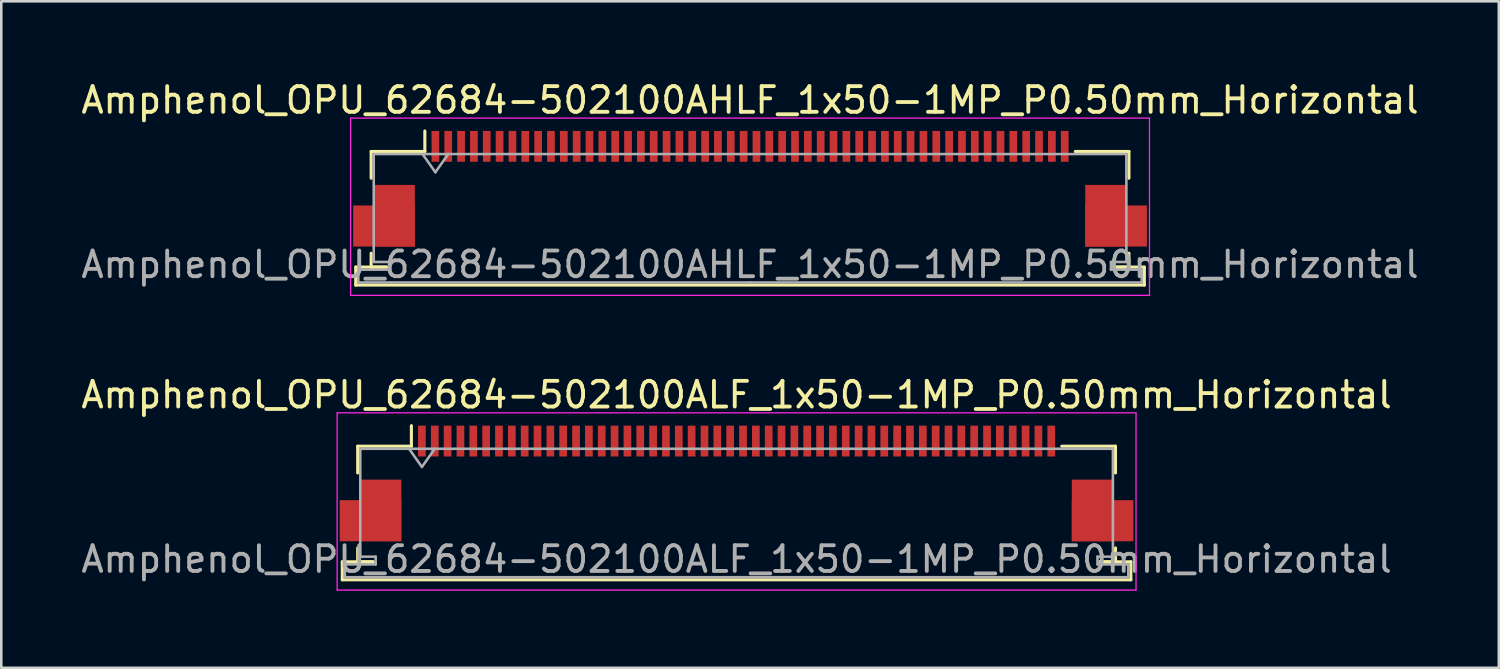
<source format=kicad_pcb>
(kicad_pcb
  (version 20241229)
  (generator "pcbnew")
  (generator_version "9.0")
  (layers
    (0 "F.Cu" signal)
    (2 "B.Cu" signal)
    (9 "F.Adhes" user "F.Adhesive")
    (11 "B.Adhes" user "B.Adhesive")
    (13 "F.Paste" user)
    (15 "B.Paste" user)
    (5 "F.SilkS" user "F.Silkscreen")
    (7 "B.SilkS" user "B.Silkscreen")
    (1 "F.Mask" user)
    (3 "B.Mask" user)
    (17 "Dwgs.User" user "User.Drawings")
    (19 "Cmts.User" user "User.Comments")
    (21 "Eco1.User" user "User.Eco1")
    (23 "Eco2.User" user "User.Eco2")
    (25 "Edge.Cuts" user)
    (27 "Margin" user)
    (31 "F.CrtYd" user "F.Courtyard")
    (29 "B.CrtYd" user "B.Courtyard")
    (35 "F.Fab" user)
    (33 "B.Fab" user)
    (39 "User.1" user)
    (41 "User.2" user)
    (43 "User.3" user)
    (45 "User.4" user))
  (footprint "Amphenol_OPU_62684-502100AHLF_1x50-1MP_P0.50mm_Horizontal"
    (layer "F.Cu")
    (at 26.149 4.298)
    (property "Reference" "Amphenol_OPU_62684-502100AHLF_1x50-1MP_P0.50mm_Horizontal" (at 0 -3.45 0) (layer "F.SilkS") (effects (font (size 1 1) (thickness 0.15))))
    (attr smd)
    (fp_line (start -15.35 3.05) (end -15.35 3.75) (stroke (width 0.12) (type solid)) (layer "F.SilkS"))
    (fp_line (start -15.35 3.75) (end 15.35 3.75) (stroke (width 0.12) (type solid)) (layer "F.SilkS"))
    (fp_line (start -14.75 -1.45) (end -14.75 -0.41) (stroke (width 0.12) (type solid)) (layer "F.SilkS"))
    (fp_line (start -14.75 2.51) (end -14.75 3.05) (stroke (width 0.12) (type solid)) (layer "F.SilkS"))
    (fp_line (start -14.75 3.05) (end -14.15 3.05) (stroke (width 0.12) (type solid)) (layer "F.SilkS"))
    (fp_line (start -14.15 3.05) (end -15.35 3.05) (stroke (width 0.12) (type solid)) (layer "F.SilkS"))
    (fp_line (start -12.66 -1.45) (end -14.75 -1.45) (stroke (width 0.12) (type solid)) (layer "F.SilkS"))
    (fp_line (start -12.66 -1.45) (end -12.66 -2.25) (stroke (width 0.12) (type solid)) (layer "F.SilkS"))
    (fp_line (start 12.66 -1.45) (end 14.75 -1.45) (stroke (width 0.12) (type solid)) (layer "F.SilkS"))
    (fp_line (start 14.15 3.05) (end 14.75 3.05) (stroke (width 0.12) (type solid)) (layer "F.SilkS"))
    (fp_line (start 14.75 -1.45) (end 14.75 -0.41) (stroke (width 0.12) (type solid)) (layer "F.SilkS"))
    (fp_line (start 14.75 3.05) (end 14.75 2.51) (stroke (width 0.12) (type solid)) (layer "F.SilkS"))
    (fp_line (start 15.35 3.05) (end 14.15 3.05) (stroke (width 0.12) (type solid)) (layer "F.SilkS"))
    (fp_line (start 15.35 3.75) (end 15.35 3.05) (stroke (width 0.12) (type solid)) (layer "F.SilkS"))
    (fp_line (start -15.55 -2.75) (end -15.55 4.15) (stroke (width 0.05) (type solid)) (layer "F.CrtYd"))
    (fp_line (start -15.55 4.15) (end 15.55 4.15) (stroke (width 0.05) (type solid)) (layer "F.CrtYd"))
    (fp_line (start 15.55 -2.75) (end -15.55 -2.75) (stroke (width 0.05) (type solid)) (layer "F.CrtYd"))
    (fp_line (start 15.55 4.15) (end 15.55 -2.75) (stroke (width 0.05) (type solid)) (layer "F.CrtYd"))
    (fp_line (start -15.25 3.15) (end -15.25 3.65) (stroke (width 0.1) (type solid)) (layer "F.Fab"))
    (fp_line (start -15.25 3.65) (end 0 3.65) (stroke (width 0.1) (type solid)) (layer "F.Fab"))
    (fp_line (start -14.65 -1.35) (end -14.65 2.85) (stroke (width 0.1) (type solid)) (layer "F.Fab"))
    (fp_line (start -14.65 2.85) (end -14.05 2.85) (stroke (width 0.1) (type solid)) (layer "F.Fab"))
    (fp_line (start -14.05 2.85) (end -14.05 3.15) (stroke (width 0.1) (type solid)) (layer "F.Fab"))
    (fp_line (start -14.05 3.15) (end -15.25 3.15) (stroke (width 0.1) (type solid)) (layer "F.Fab"))
    (fp_line (start -12.75 -1.35) (end -12.25 -0.643) (stroke (width 0.1) (type solid)) (layer "F.Fab"))
    (fp_line (start -12.25 -0.643) (end -11.75 -1.35) (stroke (width 0.1) (type solid)) (layer "F.Fab"))
    (fp_line (start 0 -1.35) (end -14.65 -1.35) (stroke (width 0.1) (type solid)) (layer "F.Fab"))
    (fp_line (start 0 -1.35) (end 14.65 -1.35) (stroke (width 0.1) (type solid)) (layer "F.Fab"))
    (fp_line (start 14.05 2.85) (end 14.05 3.15) (stroke (width 0.1) (type solid)) (layer "F.Fab"))
    (fp_line (start 14.05 3.15) (end 15.25 3.15) (stroke (width 0.1) (type solid)) (layer "F.Fab"))
    (fp_line (start 14.65 -1.35) (end 14.65 2.85) (stroke (width 0.1) (type solid)) (layer "F.Fab"))
    (fp_line (start 14.65 2.85) (end 14.05 2.85) (stroke (width 0.1) (type solid)) (layer "F.Fab"))
    (fp_line (start 15.25 3.15) (end 15.25 3.65) (stroke (width 0.1) (type solid)) (layer "F.Fab"))
    (fp_line (start 15.25 3.65) (end 0 3.65) (stroke (width 0.1) (type solid)) (layer "F.Fab"))
    (fp_text user "${REFERENCE}" (at 0 2.95 0) (layer "F.Fab") (effects (font (size 1 1) (thickness 0.15))))
    (pad "1" smd rect (at -12.25 -1.65) (size 0.3 1.2) (layers "F.Cu" "F.Mask" "F.Paste"))
    (pad "2" smd rect (at -11.75 -1.65) (size 0.3 1.2) (layers "F.Cu" "F.Mask" "F.Paste"))
    (pad "3" smd rect (at -11.25 -1.65) (size 0.3 1.2) (layers "F.Cu" "F.Mask" "F.Paste"))
    (pad "4" smd rect (at -10.75 -1.65) (size 0.3 1.2) (layers "F.Cu" "F.Mask" "F.Paste"))
    (pad "5" smd rect (at -10.25 -1.65) (size 0.3 1.2) (layers "F.Cu" "F.Mask" "F.Paste"))
    (pad "6" smd rect (at -9.75 -1.65) (size 0.3 1.2) (layers "F.Cu" "F.Mask" "F.Paste"))
    (pad "7" smd rect (at -9.25 -1.65) (size 0.3 1.2) (layers "F.Cu" "F.Mask" "F.Paste"))
    (pad "8" smd rect (at -8.75 -1.65) (size 0.3 1.2) (layers "F.Cu" "F.Mask" "F.Paste"))
    (pad "9" smd rect (at -8.25 -1.65) (size 0.3 1.2) (layers "F.Cu" "F.Mask" "F.Paste"))
    (pad "10" smd rect (at -7.75 -1.65) (size 0.3 1.2) (layers "F.Cu" "F.Mask" "F.Paste"))
    (pad "11" smd rect (at -7.25 -1.65) (size 0.3 1.2) (layers "F.Cu" "F.Mask" "F.Paste"))
    (pad "12" smd rect (at -6.75 -1.65) (size 0.3 1.2) (layers "F.Cu" "F.Mask" "F.Paste"))
    (pad "13" smd rect (at -6.25 -1.65) (size 0.3 1.2) (layers "F.Cu" "F.Mask" "F.Paste"))
    (pad "14" smd rect (at -5.75 -1.65) (size 0.3 1.2) (layers "F.Cu" "F.Mask" "F.Paste"))
    (pad "15" smd rect (at -5.25 -1.65) (size 0.3 1.2) (layers "F.Cu" "F.Mask" "F.Paste"))
    (pad "16" smd rect (at -4.75 -1.65) (size 0.3 1.2) (layers "F.Cu" "F.Mask" "F.Paste"))
    (pad "17" smd rect (at -4.25 -1.65) (size 0.3 1.2) (layers "F.Cu" "F.Mask" "F.Paste"))
    (pad "18" smd rect (at -3.75 -1.65) (size 0.3 1.2) (layers "F.Cu" "F.Mask" "F.Paste"))
    (pad "19" smd rect (at -3.25 -1.65) (size 0.3 1.2) (layers "F.Cu" "F.Mask" "F.Paste"))
    (pad "20" smd rect (at -2.75 -1.65) (size 0.3 1.2) (layers "F.Cu" "F.Mask" "F.Paste"))
    (pad "21" smd rect (at -2.25 -1.65) (size 0.3 1.2) (layers "F.Cu" "F.Mask" "F.Paste"))
    (pad "22" smd rect (at -1.75 -1.65) (size 0.3 1.2) (layers "F.Cu" "F.Mask" "F.Paste"))
    (pad "23" smd rect (at -1.25 -1.65) (size 0.3 1.2) (layers "F.Cu" "F.Mask" "F.Paste"))
    (pad "24" smd rect (at -0.75 -1.65) (size 0.3 1.2) (layers "F.Cu" "F.Mask" "F.Paste"))
    (pad "25" smd rect (at -0.25 -1.65) (size 0.3 1.2) (layers "F.Cu" "F.Mask" "F.Paste"))
    (pad "26" smd rect (at 0.25 -1.65) (size 0.3 1.2) (layers "F.Cu" "F.Mask" "F.Paste"))
    (pad "27" smd rect (at 0.75 -1.65) (size 0.3 1.2) (layers "F.Cu" "F.Mask" "F.Paste"))
    (pad "28" smd rect (at 1.25 -1.65) (size 0.3 1.2) (layers "F.Cu" "F.Mask" "F.Paste"))
    (pad "29" smd rect (at 1.75 -1.65) (size 0.3 1.2) (layers "F.Cu" "F.Mask" "F.Paste"))
    (pad "30" smd rect (at 2.25 -1.65) (size 0.3 1.2) (layers "F.Cu" "F.Mask" "F.Paste"))
    (pad "31" smd rect (at 2.75 -1.65) (size 0.3 1.2) (layers "F.Cu" "F.Mask" "F.Paste"))
    (pad "32" smd rect (at 3.25 -1.65) (size 0.3 1.2) (layers "F.Cu" "F.Mask" "F.Paste"))
    (pad "33" smd rect (at 3.75 -1.65) (size 0.3 1.2) (layers "F.Cu" "F.Mask" "F.Paste"))
    (pad "34" smd rect (at 4.25 -1.65) (size 0.3 1.2) (layers "F.Cu" "F.Mask" "F.Paste"))
    (pad "35" smd rect (at 4.75 -1.65) (size 0.3 1.2) (layers "F.Cu" "F.Mask" "F.Paste"))
    (pad "36" smd rect (at 5.25 -1.65) (size 0.3 1.2) (layers "F.Cu" "F.Mask" "F.Paste"))
    (pad "37" smd rect (at 5.75 -1.65) (size 0.3 1.2) (layers "F.Cu" "F.Mask" "F.Paste"))
    (pad "38" smd rect (at 6.25 -1.65) (size 0.3 1.2) (layers "F.Cu" "F.Mask" "F.Paste"))
    (pad "39" smd rect (at 6.75 -1.65) (size 0.3 1.2) (layers "F.Cu" "F.Mask" "F.Paste"))
    (pad "40" smd rect (at 7.25 -1.65) (size 0.3 1.2) (layers "F.Cu" "F.Mask" "F.Paste"))
    (pad "41" smd rect (at 7.75 -1.65) (size 0.3 1.2) (layers "F.Cu" "F.Mask" "F.Paste"))
    (pad "42" smd rect (at 8.25 -1.65) (size 0.3 1.2) (layers "F.Cu" "F.Mask" "F.Paste"))
    (pad "43" smd rect (at 8.75 -1.65) (size 0.3 1.2) (layers "F.Cu" "F.Mask" "F.Paste"))
    (pad "44" smd rect (at 9.25 -1.65) (size 0.3 1.2) (layers "F.Cu" "F.Mask" "F.Paste"))
    (pad "45" smd rect (at 9.75 -1.65) (size 0.3 1.2) (layers "F.Cu" "F.Mask" "F.Paste"))
    (pad "46" smd rect (at 10.25 -1.65) (size 0.3 1.2) (layers "F.Cu" "F.Mask" "F.Paste"))
    (pad "47" smd rect (at 10.75 -1.65) (size 0.3 1.2) (layers "F.Cu" "F.Mask" "F.Paste"))
    (pad "48" smd rect (at 11.25 -1.65) (size 0.3 1.2) (layers "F.Cu" "F.Mask" "F.Paste"))
    (pad "49" smd rect (at 11.75 -1.65) (size 0.3 1.2) (layers "F.Cu" "F.Mask" "F.Paste"))
    (pad "50" smd rect (at 12.25 -1.65) (size 0.3 1.2) (layers "F.Cu" "F.Mask" "F.Paste"))
    (pad "MP" smd rect (at -14.25 1.45) (size 2.4 1.6) (layers "F.Cu" "F.Mask" "F.Paste"))
    (pad "MP" smd rect (at -13.85 1.05) (size 1.6 2.4) (layers "F.Cu" "F.Mask" "F.Paste"))
    (pad "MP" smd rect (at 13.85 1.05) (size 1.6 2.4) (layers "F.Cu" "F.Mask" "F.Paste"))
    (pad "MP" smd rect (at 14.25 1.45) (size 2.4 1.6) (layers "F.Cu" "F.Mask" "F.Paste")))
  (footprint "Amphenol_OPU_62684-502100ALF_1x50-1MP_P0.50mm_Horizontal"
    (layer "F.Cu")
    (at 25.625 15.771)
    (property "Reference" "Amphenol_OPU_62684-502100ALF_1x50-1MP_P0.50mm_Horizontal" (at 0 -3.45 0) (layer "F.SilkS") (effects (font (size 1 1) (thickness 0.15))))
    (attr smd)
    (fp_line (start -15.35 3.05) (end -15.35 3.75) (stroke (width 0.12) (type solid)) (layer "F.SilkS"))
    (fp_line (start -15.35 3.75) (end 15.35 3.75) (stroke (width 0.12) (type solid)) (layer "F.SilkS"))
    (fp_line (start -14.75 -1.45) (end -14.75 -0.41) (stroke (width 0.12) (type solid)) (layer "F.SilkS"))
    (fp_line (start -14.75 2.51) (end -14.75 3.05) (stroke (width 0.12) (type solid)) (layer "F.SilkS"))
    (fp_line (start -14.75 3.05) (end -14.15 3.05) (stroke (width 0.12) (type solid)) (layer "F.SilkS"))
    (fp_line (start -14.15 3.05) (end -15.35 3.05) (stroke (width 0.12) (type solid)) (layer "F.SilkS"))
    (fp_line (start -12.66 -1.45) (end -14.75 -1.45) (stroke (width 0.12) (type solid)) (layer "F.SilkS"))
    (fp_line (start -12.66 -1.45) (end -12.66 -2.25) (stroke (width 0.12) (type solid)) (layer "F.SilkS"))
    (fp_line (start 12.66 -1.45) (end 14.75 -1.45) (stroke (width 0.12) (type solid)) (layer "F.SilkS"))
    (fp_line (start 14.15 3.05) (end 14.75 3.05) (stroke (width 0.12) (type solid)) (layer "F.SilkS"))
    (fp_line (start 14.75 -1.45) (end 14.75 -0.41) (stroke (width 0.12) (type solid)) (layer "F.SilkS"))
    (fp_line (start 14.75 3.05) (end 14.75 2.51) (stroke (width 0.12) (type solid)) (layer "F.SilkS"))
    (fp_line (start 15.35 3.05) (end 14.15 3.05) (stroke (width 0.12) (type solid)) (layer "F.SilkS"))
    (fp_line (start 15.35 3.75) (end 15.35 3.05) (stroke (width 0.12) (type solid)) (layer "F.SilkS"))
    (fp_line (start -15.55 -2.75) (end -15.55 4.15) (stroke (width 0.05) (type solid)) (layer "F.CrtYd"))
    (fp_line (start -15.55 4.15) (end 15.55 4.15) (stroke (width 0.05) (type solid)) (layer "F.CrtYd"))
    (fp_line (start 15.55 -2.75) (end -15.55 -2.75) (stroke (width 0.05) (type solid)) (layer "F.CrtYd"))
    (fp_line (start 15.55 4.15) (end 15.55 -2.75) (stroke (width 0.05) (type solid)) (layer "F.CrtYd"))
    (fp_line (start -15.25 3.15) (end -15.25 3.65) (stroke (width 0.1) (type solid)) (layer "F.Fab"))
    (fp_line (start -15.25 3.65) (end 0 3.65) (stroke (width 0.1) (type solid)) (layer "F.Fab"))
    (fp_line (start -14.65 -1.35) (end -14.65 2.85) (stroke (width 0.1) (type solid)) (layer "F.Fab"))
    (fp_line (start -14.65 2.85) (end -14.05 2.85) (stroke (width 0.1) (type solid)) (layer "F.Fab"))
    (fp_line (start -14.05 2.85) (end -14.05 3.15) (stroke (width 0.1) (type solid)) (layer "F.Fab"))
    (fp_line (start -14.05 3.15) (end -15.25 3.15) (stroke (width 0.1) (type solid)) (layer "F.Fab"))
    (fp_line (start -12.75 -1.35) (end -12.25 -0.643) (stroke (width 0.1) (type solid)) (layer "F.Fab"))
    (fp_line (start -12.25 -0.643) (end -11.75 -1.35) (stroke (width 0.1) (type solid)) (layer "F.Fab"))
    (fp_line (start 0 -1.35) (end -14.65 -1.35) (stroke (width 0.1) (type solid)) (layer "F.Fab"))
    (fp_line (start 0 -1.35) (end 14.65 -1.35) (stroke (width 0.1) (type solid)) (layer "F.Fab"))
    (fp_line (start 14.05 2.85) (end 14.05 3.15) (stroke (width 0.1) (type solid)) (layer "F.Fab"))
    (fp_line (start 14.05 3.15) (end 15.25 3.15) (stroke (width 0.1) (type solid)) (layer "F.Fab"))
    (fp_line (start 14.65 -1.35) (end 14.65 2.85) (stroke (width 0.1) (type solid)) (layer "F.Fab"))
    (fp_line (start 14.65 2.85) (end 14.05 2.85) (stroke (width 0.1) (type solid)) (layer "F.Fab"))
    (fp_line (start 15.25 3.15) (end 15.25 3.65) (stroke (width 0.1) (type solid)) (layer "F.Fab"))
    (fp_line (start 15.25 3.65) (end 0 3.65) (stroke (width 0.1) (type solid)) (layer "F.Fab"))
    (fp_text user "${REFERENCE}" (at 0 2.95 0) (layer "F.Fab") (effects (font (size 1 1) (thickness 0.15))))
    (pad "1" smd rect (at -12.25 -1.65) (size 0.3 1.2) (layers "F.Cu" "F.Mask" "F.Paste"))
    (pad "2" smd rect (at -11.75 -1.65) (size 0.3 1.2) (layers "F.Cu" "F.Mask" "F.Paste"))
    (pad "3" smd rect (at -11.25 -1.65) (size 0.3 1.2) (layers "F.Cu" "F.Mask" "F.Paste"))
    (pad "4" smd rect (at -10.75 -1.65) (size 0.3 1.2) (layers "F.Cu" "F.Mask" "F.Paste"))
    (pad "5" smd rect (at -10.25 -1.65) (size 0.3 1.2) (layers "F.Cu" "F.Mask" "F.Paste"))
    (pad "6" smd rect (at -9.75 -1.65) (size 0.3 1.2) (layers "F.Cu" "F.Mask" "F.Paste"))
    (pad "7" smd rect (at -9.25 -1.65) (size 0.3 1.2) (layers "F.Cu" "F.Mask" "F.Paste"))
    (pad "8" smd rect (at -8.75 -1.65) (size 0.3 1.2) (layers "F.Cu" "F.Mask" "F.Paste"))
    (pad "9" smd rect (at -8.25 -1.65) (size 0.3 1.2) (layers "F.Cu" "F.Mask" "F.Paste"))
    (pad "10" smd rect (at -7.75 -1.65) (size 0.3 1.2) (layers "F.Cu" "F.Mask" "F.Paste"))
    (pad "11" smd rect (at -7.25 -1.65) (size 0.3 1.2) (layers "F.Cu" "F.Mask" "F.Paste"))
    (pad "12" smd rect (at -6.75 -1.65) (size 0.3 1.2) (layers "F.Cu" "F.Mask" "F.Paste"))
    (pad "13" smd rect (at -6.25 -1.65) (size 0.3 1.2) (layers "F.Cu" "F.Mask" "F.Paste"))
    (pad "14" smd rect (at -5.75 -1.65) (size 0.3 1.2) (layers "F.Cu" "F.Mask" "F.Paste"))
    (pad "15" smd rect (at -5.25 -1.65) (size 0.3 1.2) (layers "F.Cu" "F.Mask" "F.Paste"))
    (pad "16" smd rect (at -4.75 -1.65) (size 0.3 1.2) (layers "F.Cu" "F.Mask" "F.Paste"))
    (pad "17" smd rect (at -4.25 -1.65) (size 0.3 1.2) (layers "F.Cu" "F.Mask" "F.Paste"))
    (pad "18" smd rect (at -3.75 -1.65) (size 0.3 1.2) (layers "F.Cu" "F.Mask" "F.Paste"))
    (pad "19" smd rect (at -3.25 -1.65) (size 0.3 1.2) (layers "F.Cu" "F.Mask" "F.Paste"))
    (pad "20" smd rect (at -2.75 -1.65) (size 0.3 1.2) (layers "F.Cu" "F.Mask" "F.Paste"))
    (pad "21" smd rect (at -2.25 -1.65) (size 0.3 1.2) (layers "F.Cu" "F.Mask" "F.Paste"))
    (pad "22" smd rect (at -1.75 -1.65) (size 0.3 1.2) (layers "F.Cu" "F.Mask" "F.Paste"))
    (pad "23" smd rect (at -1.25 -1.65) (size 0.3 1.2) (layers "F.Cu" "F.Mask" "F.Paste"))
    (pad "24" smd rect (at -0.75 -1.65) (size 0.3 1.2) (layers "F.Cu" "F.Mask" "F.Paste"))
    (pad "25" smd rect (at -0.25 -1.65) (size 0.3 1.2) (layers "F.Cu" "F.Mask" "F.Paste"))
    (pad "26" smd rect (at 0.25 -1.65) (size 0.3 1.2) (layers "F.Cu" "F.Mask" "F.Paste"))
    (pad "27" smd rect (at 0.75 -1.65) (size 0.3 1.2) (layers "F.Cu" "F.Mask" "F.Paste"))
    (pad "28" smd rect (at 1.25 -1.65) (size 0.3 1.2) (layers "F.Cu" "F.Mask" "F.Paste"))
    (pad "29" smd rect (at 1.75 -1.65) (size 0.3 1.2) (layers "F.Cu" "F.Mask" "F.Paste"))
    (pad "30" smd rect (at 2.25 -1.65) (size 0.3 1.2) (layers "F.Cu" "F.Mask" "F.Paste"))
    (pad "31" smd rect (at 2.75 -1.65) (size 0.3 1.2) (layers "F.Cu" "F.Mask" "F.Paste"))
    (pad "32" smd rect (at 3.25 -1.65) (size 0.3 1.2) (layers "F.Cu" "F.Mask" "F.Paste"))
    (pad "33" smd rect (at 3.75 -1.65) (size 0.3 1.2) (layers "F.Cu" "F.Mask" "F.Paste"))
    (pad "34" smd rect (at 4.25 -1.65) (size 0.3 1.2) (layers "F.Cu" "F.Mask" "F.Paste"))
    (pad "35" smd rect (at 4.75 -1.65) (size 0.3 1.2) (layers "F.Cu" "F.Mask" "F.Paste"))
    (pad "36" smd rect (at 5.25 -1.65) (size 0.3 1.2) (layers "F.Cu" "F.Mask" "F.Paste"))
    (pad "37" smd rect (at 5.75 -1.65) (size 0.3 1.2) (layers "F.Cu" "F.Mask" "F.Paste"))
    (pad "38" smd rect (at 6.25 -1.65) (size 0.3 1.2) (layers "F.Cu" "F.Mask" "F.Paste"))
    (pad "39" smd rect (at 6.75 -1.65) (size 0.3 1.2) (layers "F.Cu" "F.Mask" "F.Paste"))
    (pad "40" smd rect (at 7.25 -1.65) (size 0.3 1.2) (layers "F.Cu" "F.Mask" "F.Paste"))
    (pad "41" smd rect (at 7.75 -1.65) (size 0.3 1.2) (layers "F.Cu" "F.Mask" "F.Paste"))
    (pad "42" smd rect (at 8.25 -1.65) (size 0.3 1.2) (layers "F.Cu" "F.Mask" "F.Paste"))
    (pad "43" smd rect (at 8.75 -1.65) (size 0.3 1.2) (layers "F.Cu" "F.Mask" "F.Paste"))
    (pad "44" smd rect (at 9.25 -1.65) (size 0.3 1.2) (layers "F.Cu" "F.Mask" "F.Paste"))
    (pad "45" smd rect (at 9.75 -1.65) (size 0.3 1.2) (layers "F.Cu" "F.Mask" "F.Paste"))
    (pad "46" smd rect (at 10.25 -1.65) (size 0.3 1.2) (layers "F.Cu" "F.Mask" "F.Paste"))
    (pad "47" smd rect (at 10.75 -1.65) (size 0.3 1.2) (layers "F.Cu" "F.Mask" "F.Paste"))
    (pad "48" smd rect (at 11.25 -1.65) (size 0.3 1.2) (layers "F.Cu" "F.Mask" "F.Paste"))
    (pad "49" smd rect (at 11.75 -1.65) (size 0.3 1.2) (layers "F.Cu" "F.Mask" "F.Paste"))
    (pad "50" smd rect (at 12.25 -1.65) (size 0.3 1.2) (layers "F.Cu" "F.Mask" "F.Paste"))
    (pad "MP" smd rect (at -14.25 1.45) (size 2.4 1.6) (layers "F.Cu" "F.Mask" "F.Paste"))
    (pad "MP" smd rect (at -13.85 1.05) (size 1.6 2.4) (layers "F.Cu" "F.Mask" "F.Paste"))
    (pad "MP" smd rect (at 13.85 1.05) (size 1.6 2.4) (layers "F.Cu" "F.Mask" "F.Paste"))
    (pad "MP" smd rect (at 14.25 1.45) (size 2.4 1.6) (layers "F.Cu" "F.Mask" "F.Paste")))
  (gr_rect
    (start -3 -3)
    (end 55.298 22.947)
    (stroke (width 0.1) (type default))
    (fill no)
    (layer "Edge.Cuts")))
</source>
